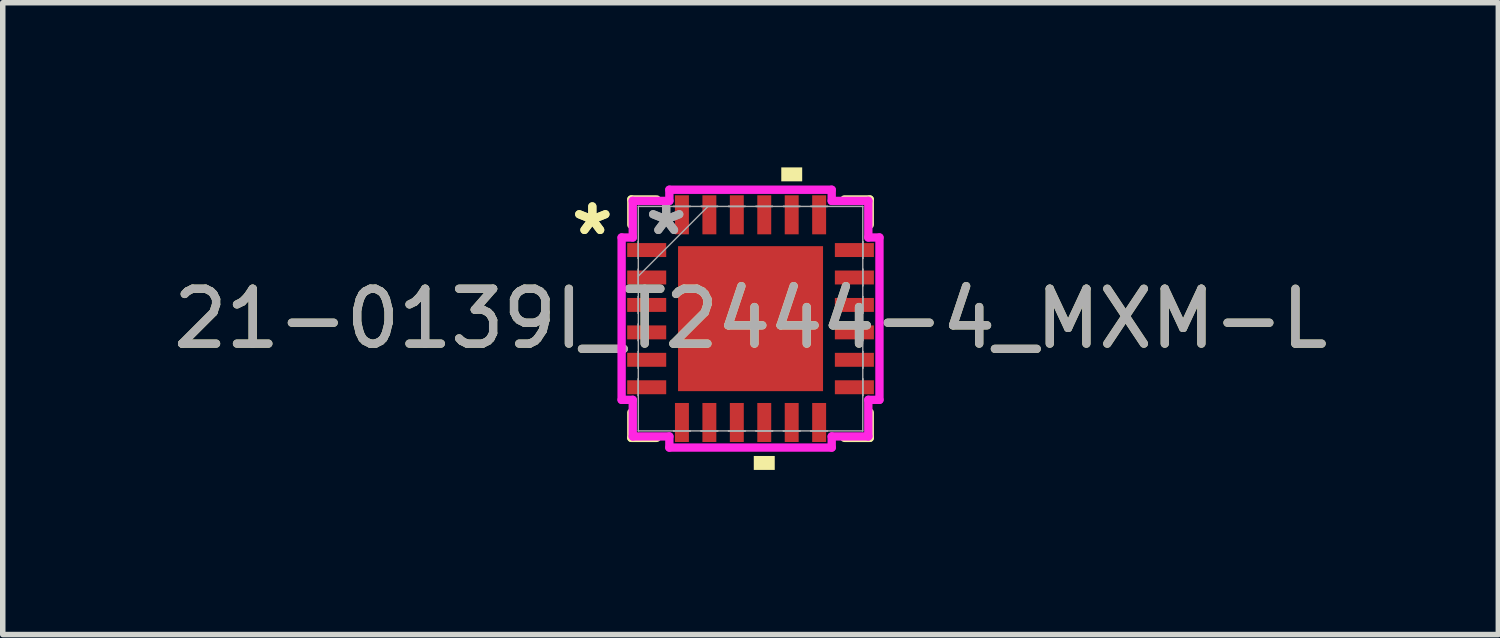
<source format=kicad_pcb>
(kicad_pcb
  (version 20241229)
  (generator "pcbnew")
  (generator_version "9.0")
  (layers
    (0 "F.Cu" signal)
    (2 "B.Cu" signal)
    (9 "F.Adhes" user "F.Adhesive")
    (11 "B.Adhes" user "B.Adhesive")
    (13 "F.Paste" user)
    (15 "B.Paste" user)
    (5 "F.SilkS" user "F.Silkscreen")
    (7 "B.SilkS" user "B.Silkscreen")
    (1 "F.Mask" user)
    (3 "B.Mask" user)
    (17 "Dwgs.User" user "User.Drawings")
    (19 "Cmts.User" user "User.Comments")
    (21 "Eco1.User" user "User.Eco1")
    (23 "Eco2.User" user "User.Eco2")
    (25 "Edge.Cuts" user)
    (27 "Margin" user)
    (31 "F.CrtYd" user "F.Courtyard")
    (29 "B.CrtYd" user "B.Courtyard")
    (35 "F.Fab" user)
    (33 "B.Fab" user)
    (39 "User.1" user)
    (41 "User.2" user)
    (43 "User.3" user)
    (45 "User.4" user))
  (footprint "21-0139I_T2444-4_MXM-L"
    (layer "F.Cu")
    (at 10.625 2.756)
    (property "Reference" "21-0139I_T2444-4_MXM-L" (at 0 0 0) (unlocked yes) (layer "F.SilkS") (effects (font (size 1 1) (thickness 0.15))))
    (attr smd)
    (fp_line (start -2.172 -2.172) (end -2.172 -1.71) (stroke (width 0.152) (type solid)) (layer "F.SilkS"))
    (fp_line (start -2.172 1.71) (end -2.172 2.172) (stroke (width 0.152) (type solid)) (layer "F.SilkS"))
    (fp_line (start -2.172 2.172) (end -1.71 2.172) (stroke (width 0.152) (type solid)) (layer "F.SilkS"))
    (fp_line (start -1.71 -2.172) (end -2.172 -2.172) (stroke (width 0.152) (type solid)) (layer "F.SilkS"))
    (fp_line (start 1.71 2.172) (end 2.172 2.172) (stroke (width 0.152) (type solid)) (layer "F.SilkS"))
    (fp_line (start 2.172 -2.172) (end 1.71 -2.172) (stroke (width 0.152) (type solid)) (layer "F.SilkS"))
    (fp_line (start 2.172 -1.71) (end 2.172 -2.172) (stroke (width 0.152) (type solid)) (layer "F.SilkS"))
    (fp_line (start 2.172 2.172) (end 2.172 1.71) (stroke (width 0.152) (type solid)) (layer "F.SilkS"))
    (fp_poly (pts (xy 0.059 2.502) (xy 0.059 2.756) (xy 0.441 2.756) (xy 0.441 2.502)) (stroke (width 0) (type solid)) (fill yes) (layer "F.SilkS"))
    (fp_poly (pts (xy 0.56 -2.502) (xy 0.56 -2.756) (xy 0.941 -2.756) (xy 0.941 -2.502)) (stroke (width 0) (type solid)) (fill yes) (layer "F.SilkS"))
    (fp_poly (pts (xy -1.221 -1.221) (xy -1.221 -0.1) (xy -0.1 -0.1) (xy -0.1 -1.221)) (stroke (width 0) (type solid)) (fill yes) (layer "F.Paste"))
    (fp_poly (pts (xy -1.221 0.1) (xy -1.221 1.221) (xy -0.1 1.221) (xy -0.1 0.1)) (stroke (width 0) (type solid)) (fill yes) (layer "F.Paste"))
    (fp_poly (pts (xy 0.1 -1.221) (xy 0.1 -0.1) (xy 1.221 -0.1) (xy 1.221 -1.221)) (stroke (width 0) (type solid)) (fill yes) (layer "F.Paste"))
    (fp_poly (pts (xy 0.1 0.1) (xy 0.1 1.221) (xy 1.221 1.221) (xy 1.221 0.1)) (stroke (width 0) (type solid)) (fill yes) (layer "F.Paste"))
    (fp_line (start -2.349 -1.479) (end -2.146 -1.479) (stroke (width 0.152) (type solid)) (layer "F.CrtYd"))
    (fp_line (start -2.349 1.479) (end -2.349 -1.479) (stroke (width 0.152) (type solid)) (layer "F.CrtYd"))
    (fp_line (start -2.146 -2.146) (end -1.479 -2.146) (stroke (width 0.152) (type solid)) (layer "F.CrtYd"))
    (fp_line (start -2.146 -1.479) (end -2.146 -2.146) (stroke (width 0.152) (type solid)) (layer "F.CrtYd"))
    (fp_line (start -2.146 1.479) (end -2.349 1.479) (stroke (width 0.152) (type solid)) (layer "F.CrtYd"))
    (fp_line (start -2.146 2.146) (end -2.146 1.479) (stroke (width 0.152) (type solid)) (layer "F.CrtYd"))
    (fp_line (start -1.479 -2.349) (end 1.479 -2.349) (stroke (width 0.152) (type solid)) (layer "F.CrtYd"))
    (fp_line (start -1.479 -2.146) (end -1.479 -2.349) (stroke (width 0.152) (type solid)) (layer "F.CrtYd"))
    (fp_line (start -1.479 2.146) (end -2.146 2.146) (stroke (width 0.152) (type solid)) (layer "F.CrtYd"))
    (fp_line (start -1.479 2.349) (end -1.479 2.146) (stroke (width 0.152) (type solid)) (layer "F.CrtYd"))
    (fp_line (start 1.479 -2.349) (end 1.479 -2.146) (stroke (width 0.152) (type solid)) (layer "F.CrtYd"))
    (fp_line (start 1.479 -2.146) (end 2.146 -2.146) (stroke (width 0.152) (type solid)) (layer "F.CrtYd"))
    (fp_line (start 1.479 2.146) (end 1.479 2.349) (stroke (width 0.152) (type solid)) (layer "F.CrtYd"))
    (fp_line (start 1.479 2.349) (end -1.479 2.349) (stroke (width 0.152) (type solid)) (layer "F.CrtYd"))
    (fp_line (start 2.146 -2.146) (end 2.146 -1.479) (stroke (width 0.152) (type solid)) (layer "F.CrtYd"))
    (fp_line (start 2.146 -1.479) (end 2.349 -1.479) (stroke (width 0.152) (type solid)) (layer "F.CrtYd"))
    (fp_line (start 2.146 1.479) (end 2.146 2.146) (stroke (width 0.152) (type solid)) (layer "F.CrtYd"))
    (fp_line (start 2.146 2.146) (end 1.479 2.146) (stroke (width 0.152) (type solid)) (layer "F.CrtYd"))
    (fp_line (start 2.349 -1.479) (end 2.349 1.479) (stroke (width 0.152) (type solid)) (layer "F.CrtYd"))
    (fp_line (start 2.349 1.479) (end 2.146 1.479) (stroke (width 0.152) (type solid)) (layer "F.CrtYd"))
    (fp_line (start -2.045 -2.045) (end -2.045 -2.045) (stroke (width 0.025) (type solid)) (layer "F.Fab"))
    (fp_line (start -2.045 -2.045) (end -2.045 2.045) (stroke (width 0.025) (type solid)) (layer "F.Fab"))
    (fp_line (start -2.045 -1.402) (end -2.045 -1.402) (stroke (width 0.025) (type solid)) (layer "F.Fab"))
    (fp_line (start -2.045 -1.402) (end -2.045 -1.098) (stroke (width 0.025) (type solid)) (layer "F.Fab"))
    (fp_line (start -2.045 -1.098) (end -2.045 -1.402) (stroke (width 0.025) (type solid)) (layer "F.Fab"))
    (fp_line (start -2.045 -1.098) (end -2.045 -1.098) (stroke (width 0.025) (type solid)) (layer "F.Fab"))
    (fp_line (start -2.045 -0.902) (end -2.045 -0.902) (stroke (width 0.025) (type solid)) (layer "F.Fab"))
    (fp_line (start -2.045 -0.902) (end -2.045 -0.598) (stroke (width 0.025) (type solid)) (layer "F.Fab"))
    (fp_line (start -2.045 -0.775) (end -0.775 -2.045) (stroke (width 0.025) (type solid)) (layer "F.Fab"))
    (fp_line (start -2.045 -0.598) (end -2.045 -0.902) (stroke (width 0.025) (type solid)) (layer "F.Fab"))
    (fp_line (start -2.045 -0.598) (end -2.045 -0.598) (stroke (width 0.025) (type solid)) (layer "F.Fab"))
    (fp_line (start -2.045 -0.402) (end -2.045 -0.402) (stroke (width 0.025) (type solid)) (layer "F.Fab"))
    (fp_line (start -2.045 -0.402) (end -2.045 -0.098) (stroke (width 0.025) (type solid)) (layer "F.Fab"))
    (fp_line (start -2.045 -0.098) (end -2.045 -0.402) (stroke (width 0.025) (type solid)) (layer "F.Fab"))
    (fp_line (start -2.045 -0.098) (end -2.045 -0.098) (stroke (width 0.025) (type solid)) (layer "F.Fab"))
    (fp_line (start -2.045 0.098) (end -2.045 0.098) (stroke (width 0.025) (type solid)) (layer "F.Fab"))
    (fp_line (start -2.045 0.098) (end -2.045 0.402) (stroke (width 0.025) (type solid)) (layer "F.Fab"))
    (fp_line (start -2.045 0.402) (end -2.045 0.098) (stroke (width 0.025) (type solid)) (layer "F.Fab"))
    (fp_line (start -2.045 0.402) (end -2.045 0.402) (stroke (width 0.025) (type solid)) (layer "F.Fab"))
    (fp_line (start -2.045 0.598) (end -2.045 0.598) (stroke (width 0.025) (type solid)) (layer "F.Fab"))
    (fp_line (start -2.045 0.598) (end -2.045 0.902) (stroke (width 0.025) (type solid)) (layer "F.Fab"))
    (fp_line (start -2.045 0.902) (end -2.045 0.598) (stroke (width 0.025) (type solid)) (layer "F.Fab"))
    (fp_line (start -2.045 0.902) (end -2.045 0.902) (stroke (width 0.025) (type solid)) (layer "F.Fab"))
    (fp_line (start -2.045 1.098) (end -2.045 1.098) (stroke (width 0.025) (type solid)) (layer "F.Fab"))
    (fp_line (start -2.045 1.098) (end -2.045 1.402) (stroke (width 0.025) (type solid)) (layer "F.Fab"))
    (fp_line (start -2.045 1.402) (end -2.045 1.098) (stroke (width 0.025) (type solid)) (layer "F.Fab"))
    (fp_line (start -2.045 1.402) (end -2.045 1.402) (stroke (width 0.025) (type solid)) (layer "F.Fab"))
    (fp_line (start -2.045 2.045) (end -2.045 2.045) (stroke (width 0.025) (type solid)) (layer "F.Fab"))
    (fp_line (start -2.045 2.045) (end 2.045 2.045) (stroke (width 0.025) (type solid)) (layer "F.Fab"))
    (fp_line (start -1.402 -2.045) (end -1.402 -2.045) (stroke (width 0.025) (type solid)) (layer "F.Fab"))
    (fp_line (start -1.402 -2.045) (end -1.098 -2.045) (stroke (width 0.025) (type solid)) (layer "F.Fab"))
    (fp_line (start -1.402 2.045) (end -1.402 2.045) (stroke (width 0.025) (type solid)) (layer "F.Fab"))
    (fp_line (start -1.402 2.045) (end -1.098 2.045) (stroke (width 0.025) (type solid)) (layer "F.Fab"))
    (fp_line (start -1.098 -2.045) (end -1.402 -2.045) (stroke (width 0.025) (type solid)) (layer "F.Fab"))
    (fp_line (start -1.098 -2.045) (end -1.098 -2.045) (stroke (width 0.025) (type solid)) (layer "F.Fab"))
    (fp_line (start -1.098 2.045) (end -1.402 2.045) (stroke (width 0.025) (type solid)) (layer "F.Fab"))
    (fp_line (start -1.098 2.045) (end -1.098 2.045) (stroke (width 0.025) (type solid)) (layer "F.Fab"))
    (fp_line (start -0.902 -2.045) (end -0.902 -2.045) (stroke (width 0.025) (type solid)) (layer "F.Fab"))
    (fp_line (start -0.902 -2.045) (end -0.598 -2.045) (stroke (width 0.025) (type solid)) (layer "F.Fab"))
    (fp_line (start -0.902 2.045) (end -0.902 2.045) (stroke (width 0.025) (type solid)) (layer "F.Fab"))
    (fp_line (start -0.902 2.045) (end -0.598 2.045) (stroke (width 0.025) (type solid)) (layer "F.Fab"))
    (fp_line (start -0.598 -2.045) (end -0.902 -2.045) (stroke (width 0.025) (type solid)) (layer "F.Fab"))
    (fp_line (start -0.598 -2.045) (end -0.598 -2.045) (stroke (width 0.025) (type solid)) (layer "F.Fab"))
    (fp_line (start -0.598 2.045) (end -0.902 2.045) (stroke (width 0.025) (type solid)) (layer "F.Fab"))
    (fp_line (start -0.598 2.045) (end -0.598 2.045) (stroke (width 0.025) (type solid)) (layer "F.Fab"))
    (fp_line (start -0.402 -2.045) (end -0.402 -2.045) (stroke (width 0.025) (type solid)) (layer "F.Fab"))
    (fp_line (start -0.402 -2.045) (end -0.098 -2.045) (stroke (width 0.025) (type solid)) (layer "F.Fab"))
    (fp_line (start -0.402 2.045) (end -0.402 2.045) (stroke (width 0.025) (type solid)) (layer "F.Fab"))
    (fp_line (start -0.402 2.045) (end -0.098 2.045) (stroke (width 0.025) (type solid)) (layer "F.Fab"))
    (fp_line (start -0.098 -2.045) (end -0.402 -2.045) (stroke (width 0.025) (type solid)) (layer "F.Fab"))
    (fp_line (start -0.098 -2.045) (end -0.098 -2.045) (stroke (width 0.025) (type solid)) (layer "F.Fab"))
    (fp_line (start -0.098 2.045) (end -0.402 2.045) (stroke (width 0.025) (type solid)) (layer "F.Fab"))
    (fp_line (start -0.098 2.045) (end -0.098 2.045) (stroke (width 0.025) (type solid)) (layer "F.Fab"))
    (fp_line (start 0.098 -2.045) (end 0.098 -2.045) (stroke (width 0.025) (type solid)) (layer "F.Fab"))
    (fp_line (start 0.098 -2.045) (end 0.402 -2.045) (stroke (width 0.025) (type solid)) (layer "F.Fab"))
    (fp_line (start 0.098 2.045) (end 0.098 2.045) (stroke (width 0.025) (type solid)) (layer "F.Fab"))
    (fp_line (start 0.098 2.045) (end 0.402 2.045) (stroke (width 0.025) (type solid)) (layer "F.Fab"))
    (fp_line (start 0.402 -2.045) (end 0.098 -2.045) (stroke (width 0.025) (type solid)) (layer "F.Fab"))
    (fp_line (start 0.402 -2.045) (end 0.402 -2.045) (stroke (width 0.025) (type solid)) (layer "F.Fab"))
    (fp_line (start 0.402 2.045) (end 0.098 2.045) (stroke (width 0.025) (type solid)) (layer "F.Fab"))
    (fp_line (start 0.402 2.045) (end 0.402 2.045) (stroke (width 0.025) (type solid)) (layer "F.Fab"))
    (fp_line (start 0.598 -2.045) (end 0.598 -2.045) (stroke (width 0.025) (type solid)) (layer "F.Fab"))
    (fp_line (start 0.598 -2.045) (end 0.902 -2.045) (stroke (width 0.025) (type solid)) (layer "F.Fab"))
    (fp_line (start 0.598 2.045) (end 0.598 2.045) (stroke (width 0.025) (type solid)) (layer "F.Fab"))
    (fp_line (start 0.598 2.045) (end 0.902 2.045) (stroke (width 0.025) (type solid)) (layer "F.Fab"))
    (fp_line (start 0.902 -2.045) (end 0.598 -2.045) (stroke (width 0.025) (type solid)) (layer "F.Fab"))
    (fp_line (start 0.902 -2.045) (end 0.902 -2.045) (stroke (width 0.025) (type solid)) (layer "F.Fab"))
    (fp_line (start 0.902 2.045) (end 0.598 2.045) (stroke (width 0.025) (type solid)) (layer "F.Fab"))
    (fp_line (start 0.902 2.045) (end 0.902 2.045) (stroke (width 0.025) (type solid)) (layer "F.Fab"))
    (fp_line (start 1.098 -2.045) (end 1.098 -2.045) (stroke (width 0.025) (type solid)) (layer "F.Fab"))
    (fp_line (start 1.098 -2.045) (end 1.402 -2.045) (stroke (width 0.025) (type solid)) (layer "F.Fab"))
    (fp_line (start 1.098 2.045) (end 1.098 2.045) (stroke (width 0.025) (type solid)) (layer "F.Fab"))
    (fp_line (start 1.098 2.045) (end 1.402 2.045) (stroke (width 0.025) (type solid)) (layer "F.Fab"))
    (fp_line (start 1.402 -2.045) (end 1.098 -2.045) (stroke (width 0.025) (type solid)) (layer "F.Fab"))
    (fp_line (start 1.402 -2.045) (end 1.402 -2.045) (stroke (width 0.025) (type solid)) (layer "F.Fab"))
    (fp_line (start 1.402 2.045) (end 1.098 2.045) (stroke (width 0.025) (type solid)) (layer "F.Fab"))
    (fp_line (start 1.402 2.045) (end 1.402 2.045) (stroke (width 0.025) (type solid)) (layer "F.Fab"))
    (fp_line (start 2.045 -2.045) (end -2.045 -2.045) (stroke (width 0.025) (type solid)) (layer "F.Fab"))
    (fp_line (start 2.045 -2.045) (end 2.045 -2.045) (stroke (width 0.025) (type solid)) (layer "F.Fab"))
    (fp_line (start 2.045 -1.402) (end 2.045 -1.402) (stroke (width 0.025) (type solid)) (layer "F.Fab"))
    (fp_line (start 2.045 -1.402) (end 2.045 -1.098) (stroke (width 0.025) (type solid)) (layer "F.Fab"))
    (fp_line (start 2.045 -1.098) (end 2.045 -1.402) (stroke (width 0.025) (type solid)) (layer "F.Fab"))
    (fp_line (start 2.045 -1.098) (end 2.045 -1.098) (stroke (width 0.025) (type solid)) (layer "F.Fab"))
    (fp_line (start 2.045 -0.902) (end 2.045 -0.902) (stroke (width 0.025) (type solid)) (layer "F.Fab"))
    (fp_line (start 2.045 -0.902) (end 2.045 -0.598) (stroke (width 0.025) (type solid)) (layer "F.Fab"))
    (fp_line (start 2.045 -0.598) (end 2.045 -0.902) (stroke (width 0.025) (type solid)) (layer "F.Fab"))
    (fp_line (start 2.045 -0.598) (end 2.045 -0.598) (stroke (width 0.025) (type solid)) (layer "F.Fab"))
    (fp_line (start 2.045 -0.402) (end 2.045 -0.402) (stroke (width 0.025) (type solid)) (layer "F.Fab"))
    (fp_line (start 2.045 -0.402) (end 2.045 -0.098) (stroke (width 0.025) (type solid)) (layer "F.Fab"))
    (fp_line (start 2.045 -0.098) (end 2.045 -0.402) (stroke (width 0.025) (type solid)) (layer "F.Fab"))
    (fp_line (start 2.045 -0.098) (end 2.045 -0.098) (stroke (width 0.025) (type solid)) (layer "F.Fab"))
    (fp_line (start 2.045 0.098) (end 2.045 0.098) (stroke (width 0.025) (type solid)) (layer "F.Fab"))
    (fp_line (start 2.045 0.098) (end 2.045 0.402) (stroke (width 0.025) (type solid)) (layer "F.Fab"))
    (fp_line (start 2.045 0.402) (end 2.045 0.098) (stroke (width 0.025) (type solid)) (layer "F.Fab"))
    (fp_line (start 2.045 0.402) (end 2.045 0.402) (stroke (width 0.025) (type solid)) (layer "F.Fab"))
    (fp_line (start 2.045 0.598) (end 2.045 0.598) (stroke (width 0.025) (type solid)) (layer "F.Fab"))
    (fp_line (start 2.045 0.598) (end 2.045 0.902) (stroke (width 0.025) (type solid)) (layer "F.Fab"))
    (fp_line (start 2.045 0.902) (end 2.045 0.598) (stroke (width 0.025) (type solid)) (layer "F.Fab"))
    (fp_line (start 2.045 0.902) (end 2.045 0.902) (stroke (width 0.025) (type solid)) (layer "F.Fab"))
    (fp_line (start 2.045 1.098) (end 2.045 1.098) (stroke (width 0.025) (type solid)) (layer "F.Fab"))
    (fp_line (start 2.045 1.098) (end 2.045 1.402) (stroke (width 0.025) (type solid)) (layer "F.Fab"))
    (fp_line (start 2.045 1.402) (end 2.045 1.098) (stroke (width 0.025) (type solid)) (layer "F.Fab"))
    (fp_line (start 2.045 1.402) (end 2.045 1.402) (stroke (width 0.025) (type solid)) (layer "F.Fab"))
    (fp_line (start 2.045 2.045) (end 2.045 -2.045) (stroke (width 0.025) (type solid)) (layer "F.Fab"))
    (fp_line (start 2.045 2.045) (end 2.045 2.045) (stroke (width 0.025) (type solid)) (layer "F.Fab"))
    (fp_text user "*" (at -2.883 -1.5 0) (unlocked yes) (layer "F.SilkS") (effects (font (size 1 1) (thickness 0.15))))
    (fp_text user "*" (at -2.883 -1.5 0) (layer "F.SilkS") (effects (font (size 1 1) (thickness 0.15))))
    (fp_text user "${REFERENCE}" (at 0 0 0) (unlocked yes) (layer "F.Fab") (effects (font (size 1 1) (thickness 0.15))))
    (fp_text user "*" (at -1.537 -1.5 0) (unlocked yes) (layer "F.Fab") (effects (font (size 1 1) (thickness 0.15))))
    (fp_text user "*" (at -1.537 -1.5 0) (layer "F.Fab") (effects (font (size 1 1) (thickness 0.15))))
    (pad "1" smd rect (at -1.892 -1.25 90) (size 0.254 0.711) (layers "F.Cu" "F.Mask" "F.Paste"))
    (pad "2" smd rect (at -1.892 -0.75 90) (size 0.254 0.711) (layers "F.Cu" "F.Mask" "F.Paste"))
    (pad "3" smd rect (at -1.892 -0.25 90) (size 0.254 0.711) (layers "F.Cu" "F.Mask" "F.Paste"))
    (pad "4" smd rect (at -1.892 0.25 90) (size 0.254 0.711) (layers "F.Cu" "F.Mask" "F.Paste"))
    (pad "5" smd rect (at -1.892 0.75 90) (size 0.254 0.711) (layers "F.Cu" "F.Mask" "F.Paste"))
    (pad "6" smd rect (at -1.892 1.25 90) (size 0.254 0.711) (layers "F.Cu" "F.Mask" "F.Paste"))
    (pad "7" smd rect (at -1.25 1.892) (size 0.254 0.711) (layers "F.Cu" "F.Mask" "F.Paste"))
    (pad "8" smd rect (at -0.75 1.892) (size 0.254 0.711) (layers "F.Cu" "F.Mask" "F.Paste"))
    (pad "9" smd rect (at -0.25 1.892) (size 0.254 0.711) (layers "F.Cu" "F.Mask" "F.Paste"))
    (pad "10" smd rect (at 0.25 1.892) (size 0.254 0.711) (layers "F.Cu" "F.Mask" "F.Paste"))
    (pad "11" smd rect (at 0.75 1.892) (size 0.254 0.711) (layers "F.Cu" "F.Mask" "F.Paste"))
    (pad "12" smd rect (at 1.25 1.892) (size 0.254 0.711) (layers "F.Cu" "F.Mask" "F.Paste"))
    (pad "13" smd rect (at 1.892 1.25 90) (size 0.254 0.711) (layers "F.Cu" "F.Mask" "F.Paste"))
    (pad "14" smd rect (at 1.892 0.75 90) (size 0.254 0.711) (layers "F.Cu" "F.Mask" "F.Paste"))
    (pad "15" smd rect (at 1.892 0.25 90) (size 0.254 0.711) (layers "F.Cu" "F.Mask" "F.Paste"))
    (pad "16" smd rect (at 1.892 -0.25 90) (size 0.254 0.711) (layers "F.Cu" "F.Mask" "F.Paste"))
    (pad "17" smd rect (at 1.892 -0.75 90) (size 0.254 0.711) (layers "F.Cu" "F.Mask" "F.Paste"))
    (pad "18" smd rect (at 1.892 -1.25 90) (size 0.254 0.711) (layers "F.Cu" "F.Mask" "F.Paste"))
    (pad "19" smd rect (at 1.25 -1.892) (size 0.254 0.711) (layers "F.Cu" "F.Mask" "F.Paste"))
    (pad "20" smd rect (at 0.75 -1.892) (size 0.254 0.711) (layers "F.Cu" "F.Mask" "F.Paste"))
    (pad "21" smd rect (at 0.25 -1.892) (size 0.254 0.711) (layers "F.Cu" "F.Mask" "F.Paste"))
    (pad "22" smd rect (at -0.25 -1.892) (size 0.254 0.711) (layers "F.Cu" "F.Mask" "F.Paste"))
    (pad "23" smd rect (at -0.75 -1.892) (size 0.254 0.711) (layers "F.Cu" "F.Mask" "F.Paste"))
    (pad "24" smd rect (at -1.25 -1.892) (size 0.254 0.711) (layers "F.Cu" "F.Mask" "F.Paste"))
    (pad "25" smd rect (at 0 0) (size 2.642 2.642) (layers "F.Cu" "F.Mask" "F.Paste")))
  (gr_rect
    (start -3 -3)
    (end 24.25 8.512)
    (stroke (width 0.1) (type default))
    (fill no)
    (layer "Edge.Cuts")))
</source>
